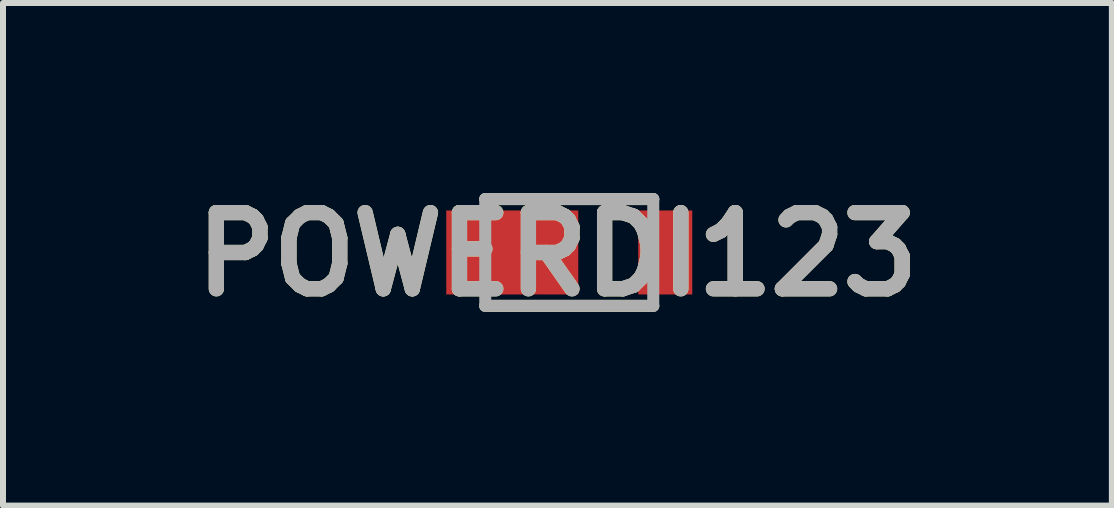
<source format=kicad_pcb>
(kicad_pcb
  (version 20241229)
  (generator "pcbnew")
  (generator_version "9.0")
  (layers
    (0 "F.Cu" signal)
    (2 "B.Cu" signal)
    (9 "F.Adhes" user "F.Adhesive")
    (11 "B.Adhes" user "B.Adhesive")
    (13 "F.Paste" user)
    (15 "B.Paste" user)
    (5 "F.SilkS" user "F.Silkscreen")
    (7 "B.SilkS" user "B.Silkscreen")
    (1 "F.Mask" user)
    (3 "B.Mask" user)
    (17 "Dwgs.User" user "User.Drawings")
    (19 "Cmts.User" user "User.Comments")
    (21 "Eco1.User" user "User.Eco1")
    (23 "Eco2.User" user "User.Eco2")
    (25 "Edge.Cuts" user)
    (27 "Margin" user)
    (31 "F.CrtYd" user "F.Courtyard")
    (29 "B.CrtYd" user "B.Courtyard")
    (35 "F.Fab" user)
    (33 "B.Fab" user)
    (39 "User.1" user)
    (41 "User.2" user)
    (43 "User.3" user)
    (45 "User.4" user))
  (footprint "POWERDI123"
    (layer "F.Cu")
    (at 6.438 1.158)
    (property "Reference" "POWERDI123" (at -0.197 0.031 0) (layer "F.SilkS") (effects (font (size 1.27 1.27) (thickness 0.254))))
    (attr smd)
    (fp_line (start -1.4 -0.89) (end 1.4 -0.89) (stroke (width 0.2) (type solid)) (layer "F.SilkS"))
    (fp_line (start 1.4 0.89) (end -1.4 0.89) (stroke (width 0.2) (type solid)) (layer "F.SilkS"))
    (fp_line (start -1.4 -0.89) (end 1.4 -0.89) (stroke (width 0.2) (type solid)) (layer "F.Fab"))
    (fp_line (start -1.4 0.89) (end -1.4 -0.89) (stroke (width 0.2) (type solid)) (layer "F.Fab"))
    (fp_line (start 1.4 -0.89) (end 1.4 0.89) (stroke (width 0.2) (type solid)) (layer "F.Fab"))
    (fp_line (start 1.4 0.89) (end -1.4 0.89) (stroke (width 0.2) (type solid)) (layer "F.Fab"))
    (fp_text user "${REFERENCE}" (at -0.197 0.031 0) (layer "F.Fab") (effects (font (size 1.27 1.27) (thickness 0.254))))
    (pad "1" smd rect (at 1.6 0) (size 0.9 1.4) (layers "F.Cu" "F.Mask" "F.Paste"))
    (pad "2" smd rect (at -0.95 0 90) (size 1.4 2.2) (layers "F.Cu" "F.Mask" "F.Paste")))
  (gr_rect
    (start -3 -3)
    (end 15.482 5.377)
    (stroke (width 0.1) (type default))
    (fill no)
    (layer "Edge.Cuts")))
</source>
